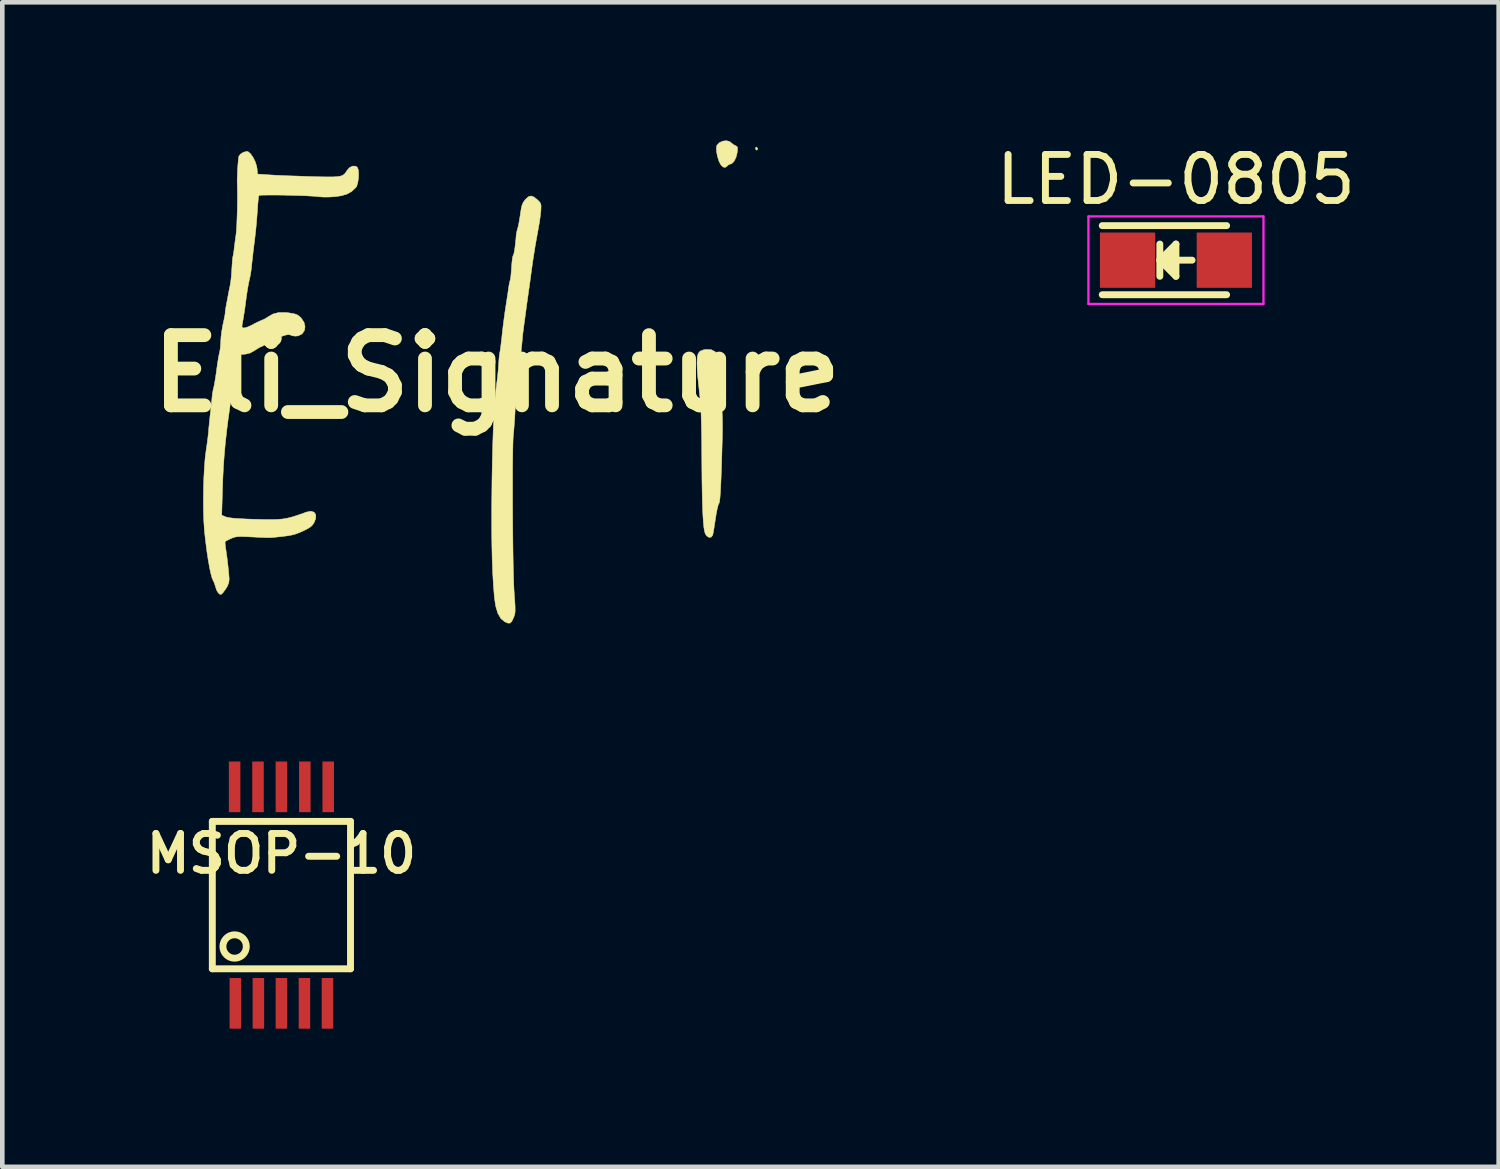
<source format=kicad_pcb>
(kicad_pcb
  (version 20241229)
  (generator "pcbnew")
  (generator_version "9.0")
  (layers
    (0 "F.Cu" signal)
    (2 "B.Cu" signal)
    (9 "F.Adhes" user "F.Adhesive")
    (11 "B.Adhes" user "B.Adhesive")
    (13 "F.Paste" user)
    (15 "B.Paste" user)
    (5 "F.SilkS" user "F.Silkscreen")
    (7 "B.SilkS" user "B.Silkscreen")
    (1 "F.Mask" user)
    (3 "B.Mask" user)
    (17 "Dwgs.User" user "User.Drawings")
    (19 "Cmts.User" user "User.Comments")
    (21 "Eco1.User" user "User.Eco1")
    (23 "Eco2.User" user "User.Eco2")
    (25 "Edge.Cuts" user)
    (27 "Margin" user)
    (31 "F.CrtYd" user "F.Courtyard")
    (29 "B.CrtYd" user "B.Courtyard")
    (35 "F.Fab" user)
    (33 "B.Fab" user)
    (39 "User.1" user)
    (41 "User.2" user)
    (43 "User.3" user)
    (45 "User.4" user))
  (footprint "LED-0805"
    (layer "F.Cu")
    (at 22.478 2.598)
    (property "Reference" "LED-0805" (at 0 -1.75 0) (layer "F.SilkS") (effects (font (size 1 1) (thickness 0.15))))
    (attr smd)
    (fp_line (start -1.6 -0.75) (end 1.1 -0.75) (stroke (width 0.15) (type solid)) (layer "F.SilkS"))
    (fp_line (start -1.6 0.75) (end 1.1 0.75) (stroke (width 0.15) (type solid)) (layer "F.SilkS"))
    (fp_line (start -0.35 -0.35) (end -0.35 0.35) (stroke (width 0.15) (type solid)) (layer "F.SilkS"))
    (fp_line (start -0.35 0) (end 0 -0.35) (stroke (width 0.15) (type solid)) (layer "F.SilkS"))
    (fp_line (start -0.1 -0.1) (end -0.25 0.05) (stroke (width 0.15) (type solid)) (layer "F.SilkS"))
    (fp_line (start -0.1 0.15) (end -0.1 -0.1) (stroke (width 0.15) (type solid)) (layer "F.SilkS"))
    (fp_line (start 0 -0.35) (end 0 0.35) (stroke (width 0.15) (type solid)) (layer "F.SilkS"))
    (fp_line (start 0 0) (end 0.35 0) (stroke (width 0.15) (type solid)) (layer "F.SilkS"))
    (fp_line (start 0 0.35) (end -0.35 0) (stroke (width 0.15) (type solid)) (layer "F.SilkS"))
    (fp_line (start -1.9 -0.95) (end 1.9 -0.95) (stroke (width 0.05) (type solid)) (layer "F.CrtYd"))
    (fp_line (start -1.9 0.95) (end -1.9 -0.95) (stroke (width 0.05) (type solid)) (layer "F.CrtYd"))
    (fp_line (start 1.9 -0.95) (end 1.9 0.95) (stroke (width 0.05) (type solid)) (layer "F.CrtYd"))
    (fp_line (start 1.9 0.95) (end -1.9 0.95) (stroke (width 0.05) (type solid)) (layer "F.CrtYd"))
    (pad "1" smd rect (at 1.05 0 180) (size 1.2 1.2) (layers "F.Cu" "F.Mask" "F.Paste"))
    (pad "2" smd rect (at -1.05 0 180) (size 1.2 1.2) (layers "F.Cu" "F.Mask" "F.Paste")))
  (footprint "MSOP-10"
    (layer "F.Cu")
    (at 3.059 16.381)
    (property "Reference" "MSOP-10" (at 0 -0.9 0) (layer "F.SilkS") (effects (font (size 0.8 0.8) (thickness 0.15))))
    (attr smd)
    (fp_line (start -1.5 -1.6) (end -1.5 1.6) (stroke (width 0.15) (type solid)) (layer "F.SilkS"))
    (fp_line (start -1.5 1.6) (end 1.5 1.6) (stroke (width 0.15) (type solid)) (layer "F.SilkS"))
    (fp_line (start 1.5 -1.6) (end -1.5 -1.6) (stroke (width 0.15) (type solid)) (layer "F.SilkS"))
    (fp_line (start 1.5 1.6) (end 1.5 -1.6) (stroke (width 0.15) (type solid)) (layer "F.SilkS"))
    (fp_circle (center -1.016 1.116) (end -1.016 0.862) (stroke (width 0.15) (type solid)) (fill no) (layer "F.SilkS"))
    (pad "1" smd rect (at -1 2.35) (size 0.25 1.1) (layers "F.Cu" "F.Mask" "F.Paste"))
    (pad "2" smd rect (at -0.5 2.35) (size 0.25 1.1) (layers "F.Cu" "F.Mask" "F.Paste"))
    (pad "3" smd rect (at 0 2.35) (size 0.25 1.1) (layers "F.Cu" "F.Mask" "F.Paste"))
    (pad "4" smd rect (at 0.5 2.35) (size 0.25 1.1) (layers "F.Cu" "F.Mask" "F.Paste"))
    (pad "5" smd rect (at 1 2.35) (size 0.25 1.1) (layers "F.Cu" "F.Mask" "F.Paste"))
    (pad "6" smd rect (at 1.016 -2.35) (size 0.25 1.1) (layers "F.Cu" "F.Mask" "F.Paste"))
    (pad "7" smd rect (at 0.508 -2.35) (size 0.25 1.1) (layers "F.Cu" "F.Mask" "F.Paste"))
    (pad "8" smd rect (at 0 -2.35) (size 0.25 1.1) (layers "F.Cu" "F.Mask" "F.Paste"))
    (pad "9" smd rect (at -0.508 -2.35) (size 0.25 1.1) (layers "F.Cu" "F.Mask" "F.Paste"))
    (pad "10" smd rect (at -1.016 -2.35) (size 0.25 1.1) (layers "F.Cu" "F.Mask" "F.Paste")))
  (footprint "Eli_Signature"
    (layer "F.Cu")
    (at 7.736 5.06)
    (property "Reference" "Eli_Signature" (at 0 0 0) (layer "F.SilkS") (effects (font (size 1.524 1.524) (thickness 0.3))))
    (attr through_hole)
    (fp_poly (pts (xy 5.639 -4.915) (xy 5.663 -4.882) (xy 5.664 -4.875) (xy 5.645 -4.852) (xy 5.639 -4.851) (xy 5.617 -4.872) (xy 5.613 -4.891) (xy 5.626 -4.917) (xy 5.639 -4.915)) (stroke (width 0.01) (type solid)) (fill yes) (layer "F.SilkS"))
    (fp_poly (pts (xy 5.059 -5.034) (xy 5.082 -5.014) (xy 5.133 -4.972) (xy 5.175 -4.951) (xy 5.209 -4.933) (xy 5.224 -4.906) (xy 5.224 -4.853) (xy 5.217 -4.795) (xy 5.192 -4.694) (xy 5.151 -4.612) (xy 5.101 -4.559) (xy 5.064 -4.547) (xy 5.025 -4.529) (xy 5.004 -4.508) (xy 4.955 -4.474) (xy 4.904 -4.488) (xy 4.857 -4.54) (xy 4.821 -4.613) (xy 4.791 -4.708) (xy 4.771 -4.808) (xy 4.765 -4.896) (xy 4.776 -4.955) (xy 4.776 -4.955) (xy 4.83 -5.012) (xy 4.906 -5.047) (xy 4.989 -5.055) (xy 5.059 -5.034)) (stroke (width 0.01) (type solid)) (fill yes) (layer "F.SilkS"))
    (fp_poly (pts (xy 4.656 -0.518) (xy 4.746 -0.47) (xy 4.808 -0.383) (xy 4.838 -0.261) (xy 4.838 -0.125) (xy 4.835 -0.037) (xy 4.837 0.09) (xy 4.845 0.243) (xy 4.858 0.41) (xy 4.865 0.48) (xy 4.883 0.703) (xy 4.894 0.917) (xy 4.898 1.141) (xy 4.895 1.393) (xy 4.893 1.443) (xy 4.884 1.762) (xy 4.876 2.032) (xy 4.868 2.258) (xy 4.86 2.441) (xy 4.852 2.585) (xy 4.844 2.693) (xy 4.835 2.766) (xy 4.826 2.81) (xy 4.818 2.824) (xy 4.804 2.855) (xy 4.786 2.925) (xy 4.766 3.026) (xy 4.746 3.145) (xy 4.746 3.149) (xy 4.727 3.273) (xy 4.71 3.382) (xy 4.695 3.464) (xy 4.686 3.507) (xy 4.653 3.55) (xy 4.604 3.555) (xy 4.555 3.524) (xy 4.525 3.478) (xy 4.508 3.423) (xy 4.494 3.336) (xy 4.482 3.212) (xy 4.472 3.052) (xy 4.464 2.851) (xy 4.458 2.608) (xy 4.453 2.321) (xy 4.45 1.986) (xy 4.449 1.791) (xy 4.448 1.563) (xy 4.445 1.342) (xy 4.441 1.135) (xy 4.436 0.95) (xy 4.431 0.793) (xy 4.425 0.672) (xy 4.419 0.597) (xy 4.396 0.397) (xy 4.379 0.239) (xy 4.366 0.115) (xy 4.357 0.017) (xy 4.351 -0.062) (xy 4.348 -0.132) (xy 4.346 -0.201) (xy 4.345 -0.231) (xy 4.35 -0.354) (xy 4.371 -0.437) (xy 4.413 -0.487) (xy 4.484 -0.515) (xy 4.538 -0.524) (xy 4.656 -0.518)) (stroke (width 0.01) (type solid)) (fill yes) (layer "F.SilkS"))
    (fp_poly (pts (xy 0.809 -3.831) (xy 0.876 -3.777) (xy 0.925 -3.73) (xy 0.951 -3.69) (xy 0.96 -3.641) (xy 0.957 -3.565) (xy 0.955 -3.53) (xy 0.943 -3.42) (xy 0.925 -3.288) (xy 0.903 -3.164) (xy 0.903 -3.162) (xy 0.838 -2.806) (xy 0.779 -2.435) (xy 0.748 -2.21) (xy 0.731 -2.086) (xy 0.716 -1.971) (xy 0.703 -1.879) (xy 0.697 -1.841) (xy 0.687 -1.772) (xy 0.673 -1.669) (xy 0.655 -1.543) (xy 0.636 -1.404) (xy 0.617 -1.262) (xy 0.598 -1.125) (xy 0.582 -1.005) (xy 0.57 -0.911) (xy 0.562 -0.852) (xy 0.561 -0.838) (xy 0.546 -0.674) (xy 0.526 -0.481) (xy 0.503 -0.283) (xy 0.48 -0.101) (xy 0.469 -0.025) (xy 0.454 0.078) (xy 0.442 0.165) (xy 0.433 0.246) (xy 0.425 0.331) (xy 0.417 0.431) (xy 0.41 0.554) (xy 0.401 0.713) (xy 0.395 0.826) (xy 0.387 0.971) (xy 0.377 1.112) (xy 0.368 1.236) (xy 0.359 1.325) (xy 0.358 1.334) (xy 0.353 1.408) (xy 0.349 1.526) (xy 0.346 1.683) (xy 0.343 1.874) (xy 0.341 2.093) (xy 0.341 2.334) (xy 0.341 2.59) (xy 0.341 2.857) (xy 0.343 3.128) (xy 0.345 3.399) (xy 0.348 3.662) (xy 0.351 3.912) (xy 0.355 4.144) (xy 0.36 4.351) (xy 0.365 4.528) (xy 0.371 4.669) (xy 0.376 4.759) (xy 0.388 4.918) (xy 0.395 5.035) (xy 0.397 5.12) (xy 0.395 5.182) (xy 0.387 5.23) (xy 0.373 5.273) (xy 0.363 5.298) (xy 0.325 5.379) (xy 0.287 5.416) (xy 0.237 5.416) (xy 0.174 5.389) (xy 0.088 5.319) (xy 0.021 5.203) (xy -0.027 5.042) (xy -0.054 4.851) (xy -0.074 4.597) (xy -0.09 4.33) (xy -0.101 4.043) (xy -0.108 3.729) (xy -0.112 3.381) (xy -0.112 2.993) (xy -0.111 2.845) (xy -0.106 2.338) (xy -0.098 1.881) (xy -0.087 1.474) (xy -0.074 1.113) (xy -0.057 0.8) (xy -0.038 0.533) (xy -0.015 0.312) (xy -0.002 0.208) (xy 0.013 0.091) (xy 0.027 -0.05) (xy 0.038 -0.187) (xy 0.039 -0.209) (xy 0.046 -0.313) (xy 0.054 -0.396) (xy 0.061 -0.448) (xy 0.064 -0.457) (xy 0.07 -0.488) (xy 0.08 -0.559) (xy 0.093 -0.661) (xy 0.108 -0.785) (xy 0.112 -0.828) (xy 0.13 -0.986) (xy 0.151 -1.154) (xy 0.172 -1.311) (xy 0.191 -1.435) (xy 0.211 -1.565) (xy 0.231 -1.697) (xy 0.248 -1.809) (xy 0.253 -1.846) (xy 0.266 -1.932) (xy 0.28 -1.999) (xy 0.289 -2.027) (xy 0.297 -2.062) (xy 0.306 -2.135) (xy 0.314 -2.234) (xy 0.319 -2.302) (xy 0.327 -2.409) (xy 0.337 -2.496) (xy 0.348 -2.552) (xy 0.355 -2.565) (xy 0.369 -2.598) (xy 0.384 -2.675) (xy 0.4 -2.791) (xy 0.415 -2.939) (xy 0.419 -2.997) (xy 0.432 -3.079) (xy 0.451 -3.15) (xy 0.466 -3.202) (xy 0.483 -3.291) (xy 0.501 -3.399) (xy 0.509 -3.452) (xy 0.527 -3.571) (xy 0.546 -3.654) (xy 0.571 -3.713) (xy 0.605 -3.762) (xy 0.616 -3.776) (xy 0.683 -3.838) (xy 0.743 -3.856) (xy 0.809 -3.831)) (stroke (width 0.01) (type solid)) (fill yes) (layer "F.SilkS"))
    (fp_poly (pts (xy -5.403 -4.819) (xy -5.352 -4.778) (xy -5.298 -4.703) (xy -5.25 -4.61) (xy -5.217 -4.512) (xy -5.207 -4.46) (xy -5.194 -4.331) (xy -4.94 -4.314) (xy -4.841 -4.308) (xy -4.702 -4.301) (xy -4.534 -4.294) (xy -4.348 -4.288) (xy -4.156 -4.281) (xy -4.056 -4.278) (xy -3.847 -4.272) (xy -3.682 -4.27) (xy -3.556 -4.27) (xy -3.462 -4.276) (xy -3.393 -4.287) (xy -3.344 -4.306) (xy -3.308 -4.332) (xy -3.28 -4.367) (xy -3.254 -4.408) (xy -3.198 -4.472) (xy -3.13 -4.505) (xy -3.065 -4.503) (xy -3.027 -4.475) (xy -3.007 -4.42) (xy -3 -4.334) (xy -3.005 -4.235) (xy -3.02 -4.139) (xy -3.044 -4.065) (xy -3.06 -4.04) (xy -3.151 -3.955) (xy -3.254 -3.897) (xy -3.38 -3.86) (xy -3.517 -3.841) (xy -3.638 -3.833) (xy -3.757 -3.832) (xy -3.853 -3.838) (xy -3.872 -3.84) (xy -3.938 -3.848) (xy -4.039 -3.854) (xy -4.166 -3.861) (xy -4.313 -3.866) (xy -4.469 -3.87) (xy -4.628 -3.874) (xy -4.78 -3.876) (xy -4.918 -3.876) (xy -5.033 -3.875) (xy -5.117 -3.873) (xy -5.161 -3.868) (xy -5.166 -3.866) (xy -5.173 -3.833) (xy -5.181 -3.763) (xy -5.19 -3.668) (xy -5.192 -3.631) (xy -5.206 -3.433) (xy -5.219 -3.271) (xy -5.232 -3.129) (xy -5.247 -2.994) (xy -5.264 -2.849) (xy -5.27 -2.807) (xy -5.287 -2.67) (xy -5.303 -2.529) (xy -5.317 -2.405) (xy -5.322 -2.349) (xy -5.336 -2.232) (xy -5.356 -2.111) (xy -5.374 -2.032) (xy -5.394 -1.937) (xy -5.415 -1.816) (xy -5.434 -1.693) (xy -5.436 -1.676) (xy -5.47 -1.42) (xy -5.504 -1.2) (xy -5.525 -1.086) (xy -5.534 -1.024) (xy -5.524 -0.997) (xy -5.491 -0.991) (xy -5.486 -0.991) (xy -5.433 -1.003) (xy -5.357 -1.034) (xy -5.299 -1.064) (xy -5.216 -1.108) (xy -5.141 -1.143) (xy -5.105 -1.157) (xy -5.041 -1.185) (xy -4.971 -1.229) (xy -4.966 -1.233) (xy -4.859 -1.294) (xy -4.739 -1.325) (xy -4.592 -1.326) (xy -4.515 -1.318) (xy -4.413 -1.302) (xy -4.346 -1.282) (xy -4.295 -1.25) (xy -4.248 -1.206) (xy -4.186 -1.113) (xy -4.164 -1.018) (xy -4.179 -0.931) (xy -4.229 -0.862) (xy -4.31 -0.82) (xy -4.372 -0.813) (xy -4.44 -0.821) (xy -4.488 -0.84) (xy -4.49 -0.842) (xy -4.528 -0.848) (xy -4.601 -0.832) (xy -4.698 -0.798) (xy -4.809 -0.749) (xy -4.925 -0.688) (xy -4.981 -0.655) (xy -5.05 -0.616) (xy -5.101 -0.59) (xy -5.117 -0.584) (xy -5.147 -0.571) (xy -5.204 -0.537) (xy -5.254 -0.504) (xy -5.356 -0.447) (xy -5.455 -0.423) (xy -5.499 -0.419) (xy -5.626 -0.415) (xy -5.643 -0.29) (xy -5.653 -0.223) (xy -5.669 -0.117) (xy -5.689 0.017) (xy -5.712 0.165) (xy -5.727 0.267) (xy -5.782 0.63) (xy -5.828 0.952) (xy -5.865 1.244) (xy -5.895 1.514) (xy -5.918 1.772) (xy -5.936 2.026) (xy -5.949 2.288) (xy -5.957 2.534) (xy -5.973 3.074) (xy -5.886 3.111) (xy -5.831 3.125) (xy -5.74 3.138) (xy -5.609 3.148) (xy -5.435 3.157) (xy -5.259 3.163) (xy -5.056 3.168) (xy -4.894 3.169) (xy -4.761 3.166) (xy -4.647 3.156) (xy -4.541 3.137) (xy -4.433 3.11) (xy -4.313 3.071) (xy -4.169 3.02) (xy -4.135 3.007) (xy -4.037 2.988) (xy -3.968 3.009) (xy -3.931 3.063) (xy -3.932 3.144) (xy -3.963 3.226) (xy -3.997 3.281) (xy -4.043 3.326) (xy -4.112 3.37) (xy -4.21 3.418) (xy -4.291 3.454) (xy -4.367 3.482) (xy -4.447 3.504) (xy -4.543 3.521) (xy -4.664 3.537) (xy -4.82 3.553) (xy -4.915 3.561) (xy -4.958 3.562) (xy -5.041 3.559) (xy -5.153 3.555) (xy -5.281 3.548) (xy -5.309 3.547) (xy -5.45 3.54) (xy -5.552 3.537) (xy -5.626 3.54) (xy -5.682 3.548) (xy -5.731 3.564) (xy -5.767 3.579) (xy -5.836 3.611) (xy -5.885 3.636) (xy -5.896 3.644) (xy -5.9 3.675) (xy -5.895 3.738) (xy -5.889 3.778) (xy -5.873 3.884) (xy -5.855 4.015) (xy -5.839 4.157) (xy -5.824 4.293) (xy -5.815 4.406) (xy -5.811 4.458) (xy -5.819 4.54) (xy -5.853 4.622) (xy -5.89 4.68) (xy -5.944 4.755) (xy -5.981 4.791) (xy -6.01 4.793) (xy -6.043 4.765) (xy -6.051 4.756) (xy -6.084 4.701) (xy -6.108 4.627) (xy -6.109 4.623) (xy -6.134 4.544) (xy -6.166 4.477) (xy -6.166 4.476) (xy -6.188 4.422) (xy -6.213 4.325) (xy -6.24 4.194) (xy -6.268 4.035) (xy -6.295 3.858) (xy -6.319 3.669) (xy -6.341 3.477) (xy -6.35 3.383) (xy -6.362 3.199) (xy -6.369 2.985) (xy -6.371 2.75) (xy -6.368 2.507) (xy -6.361 2.268) (xy -6.349 2.043) (xy -6.334 1.845) (xy -6.314 1.684) (xy -6.312 1.67) (xy -6.293 1.543) (xy -6.276 1.415) (xy -6.264 1.309) (xy -6.261 1.278) (xy -6.254 1.193) (xy -6.242 1.074) (xy -6.228 0.938) (xy -6.214 0.813) (xy -6.201 0.688) (xy -6.189 0.581) (xy -6.181 0.5) (xy -6.177 0.458) (xy -6.177 0.457) (xy -6.17 0.41) (xy -6.155 0.337) (xy -6.147 0.305) (xy -6.131 0.23) (xy -6.113 0.122) (xy -6.094 -0.002) (xy -6.084 -0.076) (xy -6.067 -0.2) (xy -6.049 -0.315) (xy -6.032 -0.407) (xy -6.023 -0.445) (xy -6.007 -0.529) (xy -5.997 -0.634) (xy -5.994 -0.699) (xy -5.988 -0.797) (xy -5.972 -0.921) (xy -5.95 -1.048) (xy -5.944 -1.075) (xy -5.922 -1.176) (xy -5.906 -1.258) (xy -5.898 -1.307) (xy -5.898 -1.316) (xy -5.896 -1.35) (xy -5.886 -1.413) (xy -5.883 -1.435) (xy -5.867 -1.521) (xy -5.847 -1.626) (xy -5.838 -1.676) (xy -5.819 -1.778) (xy -5.798 -1.878) (xy -5.79 -1.918) (xy -5.778 -1.989) (xy -5.766 -2.093) (xy -5.757 -2.212) (xy -5.754 -2.264) (xy -5.747 -2.373) (xy -5.74 -2.465) (xy -5.733 -2.527) (xy -5.729 -2.543) (xy -5.719 -2.589) (xy -5.709 -2.662) (xy -5.705 -2.692) (xy -5.695 -2.775) (xy -5.681 -2.885) (xy -5.665 -3) (xy -5.663 -3.01) (xy -5.654 -3.099) (xy -5.646 -3.227) (xy -5.64 -3.383) (xy -5.635 -3.553) (xy -5.632 -3.726) (xy -5.631 -3.891) (xy -5.633 -4.036) (xy -5.636 -4.128) (xy -5.637 -4.197) (xy -5.634 -4.297) (xy -5.629 -4.412) (xy -5.622 -4.527) (xy -5.613 -4.627) (xy -5.605 -4.697) (xy -5.602 -4.715) (xy -5.569 -4.762) (xy -5.508 -4.801) (xy -5.441 -4.822) (xy -5.403 -4.819)) (stroke (width 0.01) (type solid)) (fill yes) (layer "F.SilkS")))
  (gr_rect
    (start -3 -3)
    (end 29.484 22.281)
    (stroke (width 0.1) (type default))
    (fill no)
    (layer "Edge.Cuts")))
</source>
